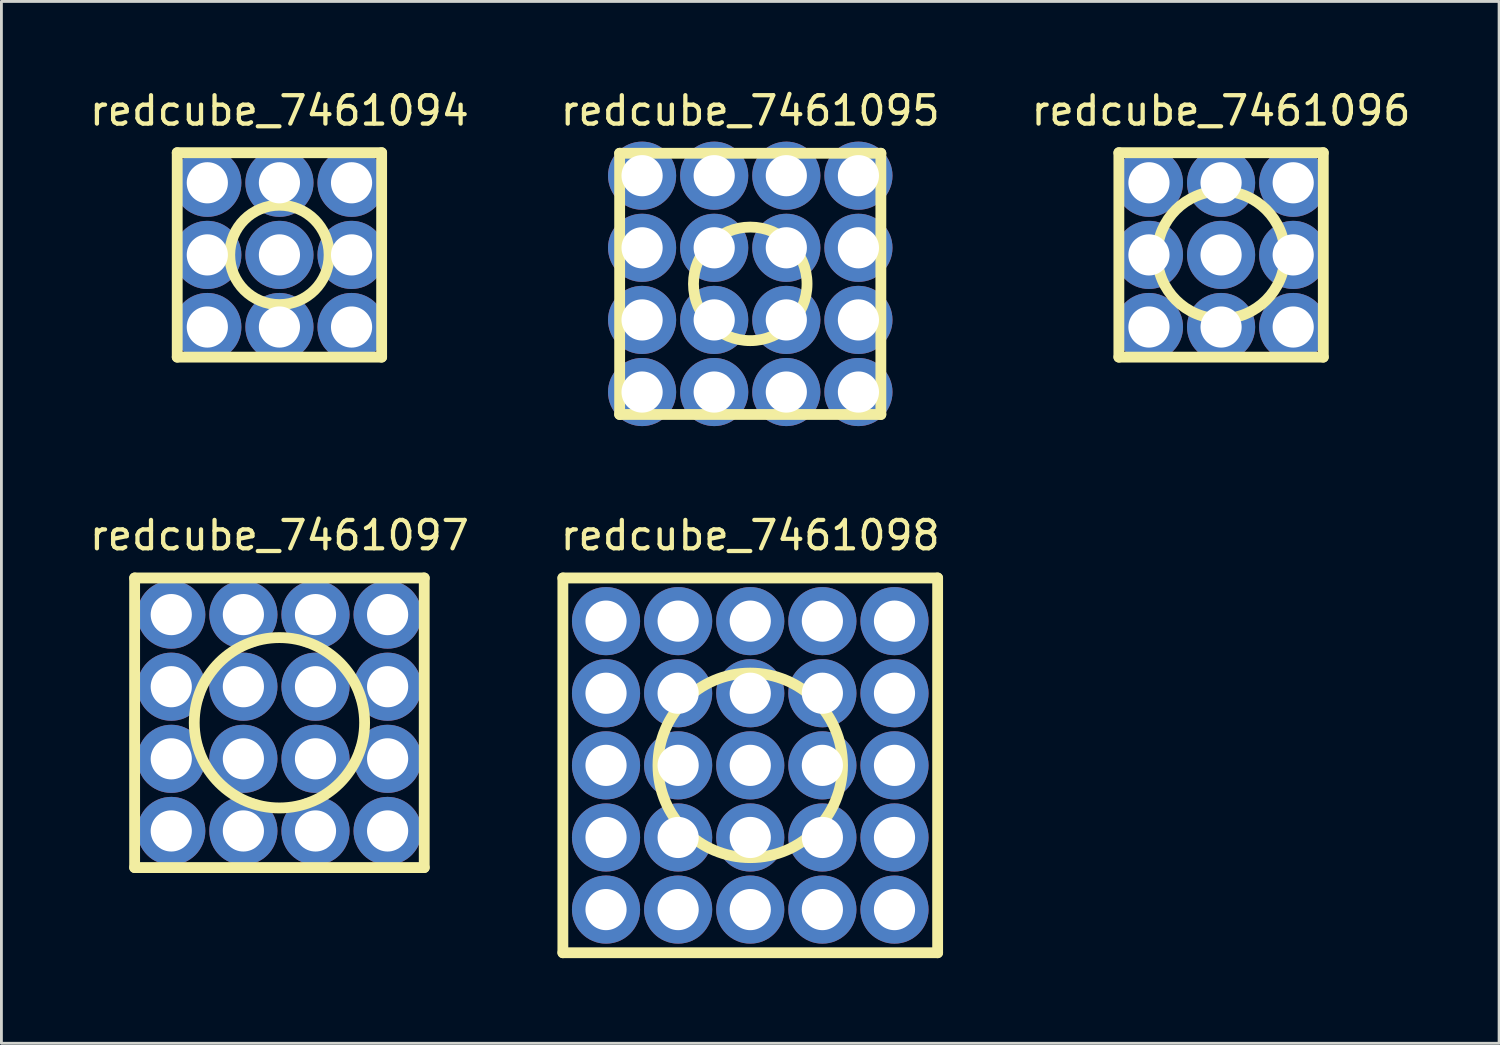
<source format=kicad_pcb>
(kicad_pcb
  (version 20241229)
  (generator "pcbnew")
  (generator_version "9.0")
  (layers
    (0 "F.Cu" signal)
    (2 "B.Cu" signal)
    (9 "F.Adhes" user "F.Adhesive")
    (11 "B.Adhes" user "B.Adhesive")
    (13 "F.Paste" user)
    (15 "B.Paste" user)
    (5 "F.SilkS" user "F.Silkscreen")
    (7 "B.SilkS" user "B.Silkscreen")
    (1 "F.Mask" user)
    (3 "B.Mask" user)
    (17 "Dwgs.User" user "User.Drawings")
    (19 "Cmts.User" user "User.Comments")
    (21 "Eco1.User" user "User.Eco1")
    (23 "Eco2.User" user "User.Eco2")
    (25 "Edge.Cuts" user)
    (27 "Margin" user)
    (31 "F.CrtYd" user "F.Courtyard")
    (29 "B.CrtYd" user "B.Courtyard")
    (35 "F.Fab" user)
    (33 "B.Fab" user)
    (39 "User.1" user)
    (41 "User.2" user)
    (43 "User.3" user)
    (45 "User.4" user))
  (footprint "redcube_7461095"
    (layer "F.Cu")
    (at 23.375 6.948)
    (property "Reference" "redcube_7461095" (at 0 -6.1 0) (layer "F.SilkS") (effects (font (size 1 1) (thickness 0.15))))
    (attr through_hole)
    (fp_line (start -4.6 -4.6) (end 4.6 -4.6) (stroke (width 0.381) (type solid)) (layer "F.SilkS"))
    (fp_line (start -4.6 4.6) (end -4.6 -4.6) (stroke (width 0.381) (type solid)) (layer "F.SilkS"))
    (fp_line (start 4.6 -4.6) (end 4.6 4.6) (stroke (width 0.381) (type solid)) (layer "F.SilkS"))
    (fp_line (start 4.6 4.6) (end -4.6 4.6) (stroke (width 0.381) (type solid)) (layer "F.SilkS"))
    (fp_circle (center 0 0) (end 2 0) (stroke (width 0.381) (type solid)) (fill no) (layer "F.SilkS"))
    (pad "1" thru_hole circle (at -3.81 -3.81) (size 2.4 2.4) (drill 1.45) (layers "*.Cu" "*.Mask"))
    (pad "1" thru_hole circle (at -3.81 -1.27) (size 2.4 2.4) (drill 1.45) (layers "*.Cu" "*.Mask"))
    (pad "1" thru_hole circle (at -3.81 1.27) (size 2.4 2.4) (drill 1.45) (layers "*.Cu" "*.Mask"))
    (pad "1" thru_hole circle (at -3.81 3.81) (size 2.4 2.4) (drill 1.45) (layers "*.Cu" "*.Mask"))
    (pad "1" thru_hole circle (at -1.27 -3.81) (size 2.4 2.4) (drill 1.45) (layers "*.Cu" "*.Mask"))
    (pad "1" thru_hole circle (at -1.27 -1.27) (size 2.4 2.4) (drill 1.45) (layers "*.Cu" "*.Mask"))
    (pad "1" thru_hole circle (at -1.27 1.27) (size 2.4 2.4) (drill 1.45) (layers "*.Cu" "*.Mask"))
    (pad "1" thru_hole circle (at -1.27 3.81) (size 2.4 2.4) (drill 1.45) (layers "*.Cu" "*.Mask"))
    (pad "1" thru_hole circle (at 1.27 -3.81) (size 2.4 2.4) (drill 1.45) (layers "*.Cu" "*.Mask"))
    (pad "1" thru_hole circle (at 1.27 -1.27) (size 2.4 2.4) (drill 1.45) (layers "*.Cu" "*.Mask"))
    (pad "1" thru_hole circle (at 1.27 1.27) (size 2.4 2.4) (drill 1.45) (layers "*.Cu" "*.Mask"))
    (pad "1" thru_hole circle (at 1.27 3.81) (size 2.4 2.4) (drill 1.45) (layers "*.Cu" "*.Mask"))
    (pad "1" thru_hole circle (at 3.81 -3.81) (size 2.4 2.4) (drill 1.45) (layers "*.Cu" "*.Mask"))
    (pad "1" thru_hole circle (at 3.81 -1.27) (size 2.4 2.4) (drill 1.45) (layers "*.Cu" "*.Mask"))
    (pad "1" thru_hole circle (at 3.81 1.27) (size 2.4 2.4) (drill 1.45) (layers "*.Cu" "*.Mask"))
    (pad "1" thru_hole circle (at 3.81 3.81) (size 2.4 2.4) (drill 1.45) (layers "*.Cu" "*.Mask")))
  (footprint "redcube_7461097"
    (layer "F.Cu")
    (at 6.792 22.407)
    (property "Reference" "redcube_7461097" (at 0 -6.6 0) (layer "F.SilkS") (effects (font (size 1 1) (thickness 0.15))))
    (attr through_hole)
    (fp_line (start -5.1 -5.1) (end 5.1 -5.1) (stroke (width 0.381) (type solid)) (layer "F.SilkS"))
    (fp_line (start -5.1 5.1) (end -5.1 -5.1) (stroke (width 0.381) (type solid)) (layer "F.SilkS"))
    (fp_line (start 5.1 -5.1) (end 5.1 5.1) (stroke (width 0.381) (type solid)) (layer "F.SilkS"))
    (fp_line (start 5.1 5.1) (end -5.1 5.1) (stroke (width 0.381) (type solid)) (layer "F.SilkS"))
    (fp_circle (center 0 0) (end 3 0) (stroke (width 0.381) (type solid)) (fill no) (layer "F.SilkS"))
    (pad "1" thru_hole circle (at -3.81 -3.81) (size 2.4 2.4) (drill 1.45) (layers "*.Cu" "*.Mask"))
    (pad "1" thru_hole circle (at -3.81 -1.27) (size 2.4 2.4) (drill 1.45) (layers "*.Cu" "*.Mask"))
    (pad "1" thru_hole circle (at -3.81 1.27) (size 2.4 2.4) (drill 1.45) (layers "*.Cu" "*.Mask"))
    (pad "1" thru_hole circle (at -3.81 3.81) (size 2.4 2.4) (drill 1.45) (layers "*.Cu" "*.Mask"))
    (pad "1" thru_hole circle (at -1.27 -3.81) (size 2.4 2.4) (drill 1.45) (layers "*.Cu" "*.Mask"))
    (pad "1" thru_hole circle (at -1.27 -1.27) (size 2.4 2.4) (drill 1.45) (layers "*.Cu" "*.Mask"))
    (pad "1" thru_hole circle (at -1.27 1.27) (size 2.4 2.4) (drill 1.45) (layers "*.Cu" "*.Mask"))
    (pad "1" thru_hole circle (at -1.27 3.81) (size 2.4 2.4) (drill 1.45) (layers "*.Cu" "*.Mask"))
    (pad "1" thru_hole circle (at 1.27 -3.81) (size 2.4 2.4) (drill 1.45) (layers "*.Cu" "*.Mask"))
    (pad "1" thru_hole circle (at 1.27 -1.27) (size 2.4 2.4) (drill 1.45) (layers "*.Cu" "*.Mask"))
    (pad "1" thru_hole circle (at 1.27 1.27) (size 2.4 2.4) (drill 1.45) (layers "*.Cu" "*.Mask"))
    (pad "1" thru_hole circle (at 1.27 3.81) (size 2.4 2.4) (drill 1.45) (layers "*.Cu" "*.Mask"))
    (pad "1" thru_hole circle (at 3.81 -3.81) (size 2.4 2.4) (drill 1.45) (layers "*.Cu" "*.Mask"))
    (pad "1" thru_hole circle (at 3.81 -1.27) (size 2.4 2.4) (drill 1.45) (layers "*.Cu" "*.Mask"))
    (pad "1" thru_hole circle (at 3.81 1.27) (size 2.4 2.4) (drill 1.45) (layers "*.Cu" "*.Mask"))
    (pad "1" thru_hole circle (at 3.81 3.81) (size 2.4 2.4) (drill 1.45) (layers "*.Cu" "*.Mask")))
  (footprint "redcube_7461096"
    (layer "F.Cu")
    (at 39.958 5.928)
    (property "Reference" "redcube_7461096" (at 0 -5.08 0) (layer "F.SilkS") (effects (font (size 1 1) (thickness 0.15))))
    (attr through_hole)
    (fp_line (start -3.6 -3.6) (end 3.6 -3.6) (stroke (width 0.381) (type solid)) (layer "F.SilkS"))
    (fp_line (start -3.6 3.6) (end -3.6 -3.6) (stroke (width 0.381) (type solid)) (layer "F.SilkS"))
    (fp_line (start 3.6 -3.6) (end 3.6 3.6) (stroke (width 0.381) (type solid)) (layer "F.SilkS"))
    (fp_line (start 3.6 3.6) (end -3.6 3.6) (stroke (width 0.381) (type solid)) (layer "F.SilkS"))
    (fp_circle (center 0 0) (end 2.25 0) (stroke (width 0.381) (type solid)) (fill no) (layer "F.SilkS"))
    (pad "1" thru_hole circle (at -2.54 -2.54) (size 2.4 2.4) (drill 1.45) (layers "*.Cu" "*.Mask"))
    (pad "1" thru_hole circle (at -2.54 0) (size 2.4 2.4) (drill 1.45) (layers "*.Cu" "*.Mask"))
    (pad "1" thru_hole circle (at -2.54 2.54) (size 2.4 2.4) (drill 1.45) (layers "*.Cu" "*.Mask"))
    (pad "1" thru_hole circle (at 0 -2.54) (size 2.4 2.4) (drill 1.45) (layers "*.Cu" "*.Mask"))
    (pad "1" thru_hole circle (at 0 0) (size 2.4 2.4) (drill 1.45) (layers "*.Cu" "*.Mask"))
    (pad "1" thru_hole circle (at 0 2.54) (size 2.4 2.4) (drill 1.45) (layers "*.Cu" "*.Mask"))
    (pad "1" thru_hole circle (at 2.54 -2.54) (size 2.4 2.4) (drill 1.45) (layers "*.Cu" "*.Mask"))
    (pad "1" thru_hole circle (at 2.54 0) (size 2.4 2.4) (drill 1.45) (layers "*.Cu" "*.Mask"))
    (pad "1" thru_hole circle (at 2.54 2.54) (size 2.4 2.4) (drill 1.45) (layers "*.Cu" "*.Mask")))
  (footprint "redcube_7461098"
    (layer "F.Cu")
    (at 23.375 23.907)
    (property "Reference" "redcube_7461098" (at 0 -8.1 0) (layer "F.SilkS") (effects (font (size 1 1) (thickness 0.15))))
    (attr through_hole)
    (fp_line (start -6.6 -6.6) (end 6.6 -6.6) (stroke (width 0.381) (type solid)) (layer "F.SilkS"))
    (fp_line (start -6.6 6.6) (end -6.6 -6.6) (stroke (width 0.381) (type solid)) (layer "F.SilkS"))
    (fp_line (start 6.6 -6.6) (end 6.6 6.6) (stroke (width 0.381) (type solid)) (layer "F.SilkS"))
    (fp_line (start 6.6 6.6) (end -6.6 6.6) (stroke (width 0.381) (type solid)) (layer "F.SilkS"))
    (fp_circle (center 0 0) (end 3.25 0) (stroke (width 0.381) (type solid)) (fill no) (layer "F.SilkS"))
    (pad "1" thru_hole circle (at -5.08 -5.08) (size 2.4 2.4) (drill 1.45) (layers "*.Cu" "*.Mask"))
    (pad "1" thru_hole circle (at -5.08 -2.54) (size 2.4 2.4) (drill 1.45) (layers "*.Cu" "*.Mask"))
    (pad "1" thru_hole circle (at -5.08 0) (size 2.4 2.4) (drill 1.45) (layers "*.Cu" "*.Mask"))
    (pad "1" thru_hole circle (at -5.08 2.54) (size 2.4 2.4) (drill 1.45) (layers "*.Cu" "*.Mask"))
    (pad "1" thru_hole circle (at -5.08 5.08) (size 2.4 2.4) (drill 1.45) (layers "*.Cu" "*.Mask"))
    (pad "1" thru_hole circle (at -2.54 -5.08) (size 2.4 2.4) (drill 1.45) (layers "*.Cu" "*.Mask"))
    (pad "1" thru_hole circle (at -2.54 -2.54) (size 2.4 2.4) (drill 1.45) (layers "*.Cu" "*.Mask"))
    (pad "1" thru_hole circle (at -2.54 0) (size 2.4 2.4) (drill 1.45) (layers "*.Cu" "*.Mask"))
    (pad "1" thru_hole circle (at -2.54 2.54) (size 2.4 2.4) (drill 1.45) (layers "*.Cu" "*.Mask"))
    (pad "1" thru_hole circle (at -2.54 5.08) (size 2.4 2.4) (drill 1.45) (layers "*.Cu" "*.Mask"))
    (pad "1" thru_hole circle (at 0 -5.08) (size 2.4 2.4) (drill 1.45) (layers "*.Cu" "*.Mask"))
    (pad "1" thru_hole circle (at 0 -2.54) (size 2.4 2.4) (drill 1.45) (layers "*.Cu" "*.Mask"))
    (pad "1" thru_hole circle (at 0 0) (size 2.4 2.4) (drill 1.45) (layers "*.Cu" "*.Mask"))
    (pad "1" thru_hole circle (at 0 2.54) (size 2.4 2.4) (drill 1.45) (layers "*.Cu" "*.Mask"))
    (pad "1" thru_hole circle (at 0 5.08) (size 2.4 2.4) (drill 1.45) (layers "*.Cu" "*.Mask"))
    (pad "1" thru_hole circle (at 2.54 -5.08) (size 2.4 2.4) (drill 1.45) (layers "*.Cu" "*.Mask"))
    (pad "1" thru_hole circle (at 2.54 -2.54) (size 2.4 2.4) (drill 1.45) (layers "*.Cu" "*.Mask"))
    (pad "1" thru_hole circle (at 2.54 0) (size 2.4 2.4) (drill 1.45) (layers "*.Cu" "*.Mask"))
    (pad "1" thru_hole circle (at 2.54 2.54) (size 2.4 2.4) (drill 1.45) (layers "*.Cu" "*.Mask"))
    (pad "1" thru_hole circle (at 2.54 5.08) (size 2.4 2.4) (drill 1.45) (layers "*.Cu" "*.Mask"))
    (pad "1" thru_hole circle (at 5.08 -5.08) (size 2.4 2.4) (drill 1.45) (layers "*.Cu" "*.Mask"))
    (pad "1" thru_hole circle (at 5.08 -2.54) (size 2.4 2.4) (drill 1.45) (layers "*.Cu" "*.Mask"))
    (pad "1" thru_hole circle (at 5.08 0) (size 2.4 2.4) (drill 1.45) (layers "*.Cu" "*.Mask"))
    (pad "1" thru_hole circle (at 5.08 2.54) (size 2.4 2.4) (drill 1.45) (layers "*.Cu" "*.Mask"))
    (pad "1" thru_hole circle (at 5.08 5.08) (size 2.4 2.4) (drill 1.45) (layers "*.Cu" "*.Mask")))
  (footprint "redcube_7461094"
    (layer "F.Cu")
    (at 6.792 5.928)
    (property "Reference" "redcube_7461094" (at 0 -5.08 0) (layer "F.SilkS") (effects (font (size 1 1) (thickness 0.15))))
    (attr through_hole)
    (fp_line (start -3.6 -3.6) (end 3.6 -3.6) (stroke (width 0.381) (type solid)) (layer "F.SilkS"))
    (fp_line (start -3.6 3.6) (end -3.6 -3.6) (stroke (width 0.381) (type solid)) (layer "F.SilkS"))
    (fp_line (start 3.6 -3.6) (end 3.6 3.6) (stroke (width 0.381) (type solid)) (layer "F.SilkS"))
    (fp_line (start 3.6 3.6) (end -3.6 3.6) (stroke (width 0.381) (type solid)) (layer "F.SilkS"))
    (fp_circle (center 0 0) (end 1.75 0) (stroke (width 0.381) (type solid)) (fill no) (layer "F.SilkS"))
    (pad "1" thru_hole circle (at -2.54 -2.54) (size 2.4 2.4) (drill 1.45) (layers "*.Cu" "*.Mask"))
    (pad "1" thru_hole circle (at -2.54 0) (size 2.4 2.4) (drill 1.45) (layers "*.Cu" "*.Mask"))
    (pad "1" thru_hole circle (at -2.54 2.54) (size 2.4 2.4) (drill 1.45) (layers "*.Cu" "*.Mask"))
    (pad "1" thru_hole circle (at 0 -2.54) (size 2.4 2.4) (drill 1.45) (layers "*.Cu" "*.Mask"))
    (pad "1" thru_hole circle (at 0 0) (size 2.4 2.4) (drill 1.45) (layers "*.Cu" "*.Mask"))
    (pad "1" thru_hole circle (at 0 2.54) (size 2.4 2.4) (drill 1.45) (layers "*.Cu" "*.Mask"))
    (pad "1" thru_hole circle (at 2.54 -2.54) (size 2.4 2.4) (drill 1.45) (layers "*.Cu" "*.Mask"))
    (pad "1" thru_hole circle (at 2.54 0) (size 2.4 2.4) (drill 1.45) (layers "*.Cu" "*.Mask"))
    (pad "1" thru_hole circle (at 2.54 2.54) (size 2.4 2.4) (drill 1.45) (layers "*.Cu" "*.Mask")))
  (gr_rect
    (start -3 -3)
    (end 49.75 33.697)
    (stroke (width 0.1) (type default))
    (fill no)
    (layer "Edge.Cuts")))
</source>
